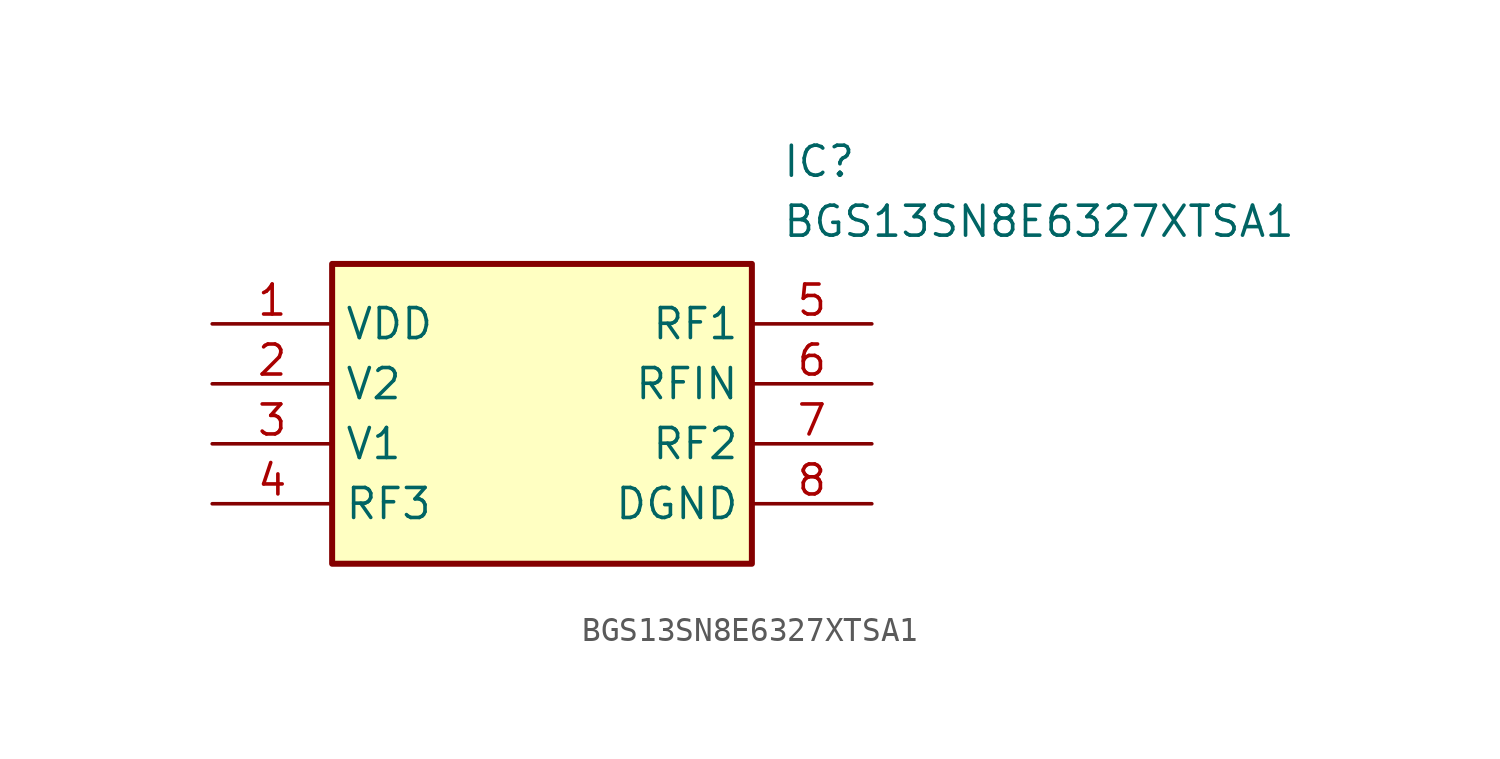
<source format=kicad_sym>
(kicad_symbol_lib
  (version 20211014)
  (generator SamacSys_ECAD_Model)
  (symbol "BGS13SN8E6327XTSA1"
    (property "Reference" "IC"
      (at 24.13 7.62 0)
      (effects (font (size 1.27 1.27)) (justify left top)))
    (property "Value" "BGS13SN8E6327XTSA1"
      (at 24.13 5.08 0)
      (effects (font (size 1.27 1.27)) (justify left top)))
    (rectangle
      (start 5.08 2.54)
      (end 22.86 -10.16)
      (stroke (width 0.254) (type default))
      (fill (type background)))
    (pin passive line
      (at 0 0 0)
      (length 5.08)
      (name "VDD" (effects (font (size 1.27 1.27))))
      (number "1" (effects (font (size 1.27 1.27)))))
    (pin passive line
      (at 0 -2.54 0)
      (length 5.08)
      (name "V2" (effects (font (size 1.27 1.27))))
      (number "2" (effects (font (size 1.27 1.27)))))
    (pin passive line
      (at 0 -5.08 0)
      (length 5.08)
      (name "V1" (effects (font (size 1.27 1.27))))
      (number "3" (effects (font (size 1.27 1.27)))))
    (pin passive line
      (at 0 -7.62 0)
      (length 5.08)
      (name "RF3" (effects (font (size 1.27 1.27))))
      (number "4" (effects (font (size 1.27 1.27)))))
    (pin passive line
      (at 27.94 0 180)
      (length 5.08)
      (name "RF1" (effects (font (size 1.27 1.27))))
      (number "5" (effects (font (size 1.27 1.27)))))
    (pin passive line
      (at 27.94 -2.54 180)
      (length 5.08)
      (name "RFIN" (effects (font (size 1.27 1.27))))
      (number "6" (effects (font (size 1.27 1.27)))))
    (pin passive line
      (at 27.94 -5.08 180)
      (length 5.08)
      (name "RF2" (effects (font (size 1.27 1.27))))
      (number "7" (effects (font (size 1.27 1.27)))))
    (pin passive line
      (at 27.94 -7.62 180)
      (length 5.08)
      (name "DGND" (effects (font (size 1.27 1.27))))
      (number "8" (effects (font (size 1.27 1.27)))))))
</source>
